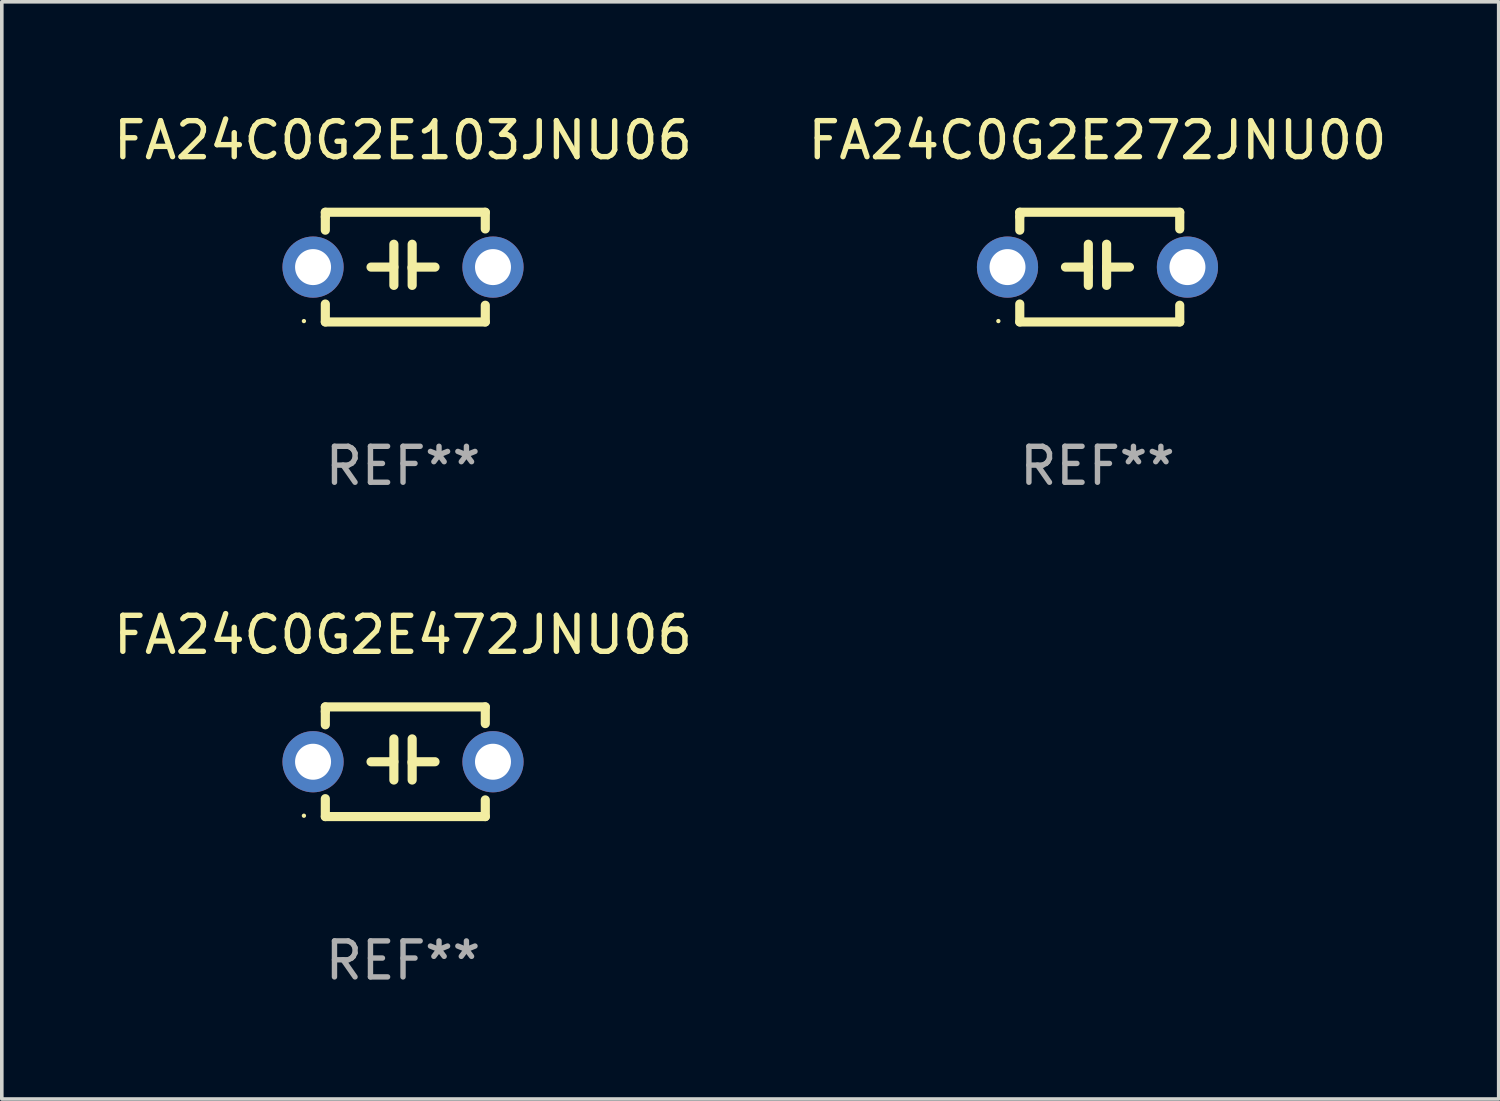
<source format=kicad_pcb>
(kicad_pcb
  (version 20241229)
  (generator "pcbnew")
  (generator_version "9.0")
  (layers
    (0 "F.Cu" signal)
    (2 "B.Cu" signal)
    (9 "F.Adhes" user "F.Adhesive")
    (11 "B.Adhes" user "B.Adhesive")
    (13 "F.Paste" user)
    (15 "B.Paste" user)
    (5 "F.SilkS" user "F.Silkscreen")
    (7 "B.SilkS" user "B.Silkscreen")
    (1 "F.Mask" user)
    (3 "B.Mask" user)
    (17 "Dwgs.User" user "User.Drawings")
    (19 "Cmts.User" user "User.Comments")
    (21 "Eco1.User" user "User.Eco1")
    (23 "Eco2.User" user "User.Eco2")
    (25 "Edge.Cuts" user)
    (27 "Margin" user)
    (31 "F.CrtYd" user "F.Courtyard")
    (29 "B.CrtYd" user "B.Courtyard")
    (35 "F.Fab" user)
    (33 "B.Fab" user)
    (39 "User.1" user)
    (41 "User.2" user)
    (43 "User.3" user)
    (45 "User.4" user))
  (footprint "FA24C0G2E103JNU06"
    (layer "F.Cu")
    (at 8.149 4.372)
    (property "Reference" "FA24C0G2E103JNU06" (at 0 -3.524 0) (layer "F.SilkS") (effects (font (size 1 1) (thickness 0.15))))
    (attr through_hole)
    (fp_line (start -2.159 -1.524) (end 2.286 -1.524) (stroke (width 0.254) (type solid)) (layer "F.SilkS"))
    (fp_line (start -2.159 -1.397) (end -2.159 -1.524) (stroke (width 0.254) (type solid)) (layer "F.SilkS"))
    (fp_line (start -2.159 -1.026) (end -2.159 -1.397) (stroke (width 0.254) (type solid)) (layer "F.SilkS"))
    (fp_line (start -2.159 1.524) (end -2.159 1.026) (stroke (width 0.254) (type solid)) (layer "F.SilkS"))
    (fp_line (start -0.889 0) (end -0.254 0) (stroke (width 0.254) (type solid)) (layer "F.SilkS"))
    (fp_line (start -0.254 0.508) (end -0.254 -0.635) (stroke (width 0.254) (type solid)) (layer "F.SilkS"))
    (fp_line (start 0.254 -0.635) (end 0.254 0.508) (stroke (width 0.254) (type solid)) (layer "F.SilkS"))
    (fp_line (start 0.254 0.04) (end 0.254 0.02) (stroke (width 0.254) (type solid)) (layer "F.SilkS"))
    (fp_line (start 0.889 0) (end 0.254 0) (stroke (width 0.254) (type solid)) (layer "F.SilkS"))
    (fp_line (start 2.286 -1.524) (end 2.286 -1.06) (stroke (width 0.254) (type solid)) (layer "F.SilkS"))
    (fp_line (start 2.286 1.06) (end 2.286 1.524) (stroke (width 0.254) (type solid)) (layer "F.SilkS"))
    (fp_line (start 2.286 1.524) (end -2.159 1.524) (stroke (width 0.254) (type solid)) (layer "F.SilkS"))
    (fp_circle (center -2.754 1.5) (end -2.724 1.5) (stroke (width 0.06) (type solid)) (fill no) (layer "F.SilkS"))
    (fp_text user "REF**" (at 0 5.524 0) (layer "F.Fab") (effects (font (size 1 1) (thickness 0.15))))
    (pad "1" thru_hole circle (at -2.5 0) (size 1.7 1.7) (drill 1) (layers "*.Cu" "*.Mask"))
    (pad "2" thru_hole circle (at 2.5 0) (size 1.7 1.7) (drill 1) (layers "*.Cu" "*.Mask")))
  (footprint "FA24C0G2E472JNU06"
    (layer "F.Cu")
    (at 8.149 18.117)
    (property "Reference" "FA24C0G2E472JNU06" (at 0 -3.524 0) (layer "F.SilkS") (effects (font (size 1 1) (thickness 0.15))))
    (attr through_hole)
    (fp_line (start -2.159 -1.524) (end 2.286 -1.524) (stroke (width 0.254) (type solid)) (layer "F.SilkS"))
    (fp_line (start -2.159 -1.397) (end -2.159 -1.524) (stroke (width 0.254) (type solid)) (layer "F.SilkS"))
    (fp_line (start -2.159 -1.026) (end -2.159 -1.397) (stroke (width 0.254) (type solid)) (layer "F.SilkS"))
    (fp_line (start -2.159 1.524) (end -2.159 1.026) (stroke (width 0.254) (type solid)) (layer "F.SilkS"))
    (fp_line (start -0.889 0) (end -0.254 0) (stroke (width 0.254) (type solid)) (layer "F.SilkS"))
    (fp_line (start -0.254 0.508) (end -0.254 -0.635) (stroke (width 0.254) (type solid)) (layer "F.SilkS"))
    (fp_line (start 0.254 -0.635) (end 0.254 0.508) (stroke (width 0.254) (type solid)) (layer "F.SilkS"))
    (fp_line (start 0.254 0.04) (end 0.254 0.02) (stroke (width 0.254) (type solid)) (layer "F.SilkS"))
    (fp_line (start 0.889 0) (end 0.254 0) (stroke (width 0.254) (type solid)) (layer "F.SilkS"))
    (fp_line (start 2.286 -1.524) (end 2.286 -1.06) (stroke (width 0.254) (type solid)) (layer "F.SilkS"))
    (fp_line (start 2.286 1.06) (end 2.286 1.524) (stroke (width 0.254) (type solid)) (layer "F.SilkS"))
    (fp_line (start 2.286 1.524) (end -2.159 1.524) (stroke (width 0.254) (type solid)) (layer "F.SilkS"))
    (fp_circle (center -2.754 1.5) (end -2.724 1.5) (stroke (width 0.06) (type solid)) (fill no) (layer "F.SilkS"))
    (fp_text user "REF**" (at 0 5.524 0) (layer "F.Fab") (effects (font (size 1 1) (thickness 0.15))))
    (pad "1" thru_hole circle (at -2.5 0) (size 1.7 1.7) (drill 1) (layers "*.Cu" "*.Mask"))
    (pad "2" thru_hole circle (at 2.5 0) (size 1.7 1.7) (drill 1) (layers "*.Cu" "*.Mask")))
  (footprint "FA24C0G2E272JNU00"
    (layer "F.Cu")
    (at 27.446 4.372)
    (property "Reference" "FA24C0G2E272JNU00" (at 0 -3.524 0) (layer "F.SilkS") (effects (font (size 1 1) (thickness 0.15))))
    (attr through_hole)
    (fp_line (start -2.159 -1.524) (end 2.286 -1.524) (stroke (width 0.254) (type solid)) (layer "F.SilkS"))
    (fp_line (start -2.159 -1.397) (end -2.159 -1.524) (stroke (width 0.254) (type solid)) (layer "F.SilkS"))
    (fp_line (start -2.159 -1.026) (end -2.159 -1.397) (stroke (width 0.254) (type solid)) (layer "F.SilkS"))
    (fp_line (start -2.159 1.524) (end -2.159 1.026) (stroke (width 0.254) (type solid)) (layer "F.SilkS"))
    (fp_line (start -0.889 0) (end -0.254 0) (stroke (width 0.254) (type solid)) (layer "F.SilkS"))
    (fp_line (start -0.254 0.508) (end -0.254 -0.635) (stroke (width 0.254) (type solid)) (layer "F.SilkS"))
    (fp_line (start 0.254 -0.635) (end 0.254 0.508) (stroke (width 0.254) (type solid)) (layer "F.SilkS"))
    (fp_line (start 0.254 0.04) (end 0.254 0.02) (stroke (width 0.254) (type solid)) (layer "F.SilkS"))
    (fp_line (start 0.889 0) (end 0.254 0) (stroke (width 0.254) (type solid)) (layer "F.SilkS"))
    (fp_line (start 2.286 -1.524) (end 2.286 -1.06) (stroke (width 0.254) (type solid)) (layer "F.SilkS"))
    (fp_line (start 2.286 1.06) (end 2.286 1.524) (stroke (width 0.254) (type solid)) (layer "F.SilkS"))
    (fp_line (start 2.286 1.524) (end -2.159 1.524) (stroke (width 0.254) (type solid)) (layer "F.SilkS"))
    (fp_circle (center -2.754 1.5) (end -2.724 1.5) (stroke (width 0.06) (type solid)) (fill no) (layer "F.SilkS"))
    (fp_text user "REF**" (at 0 5.524 0) (layer "F.Fab") (effects (font (size 1 1) (thickness 0.15))))
    (pad "1" thru_hole circle (at -2.5 0) (size 1.7 1.7) (drill 1) (layers "*.Cu" "*.Mask"))
    (pad "2" thru_hole circle (at 2.5 0) (size 1.7 1.7) (drill 1) (layers "*.Cu" "*.Mask")))
  (gr_rect
    (start -3 -3)
    (end 38.595 27.489)
    (stroke (width 0.1) (type default))
    (fill no)
    (layer "Edge.Cuts")))
</source>
